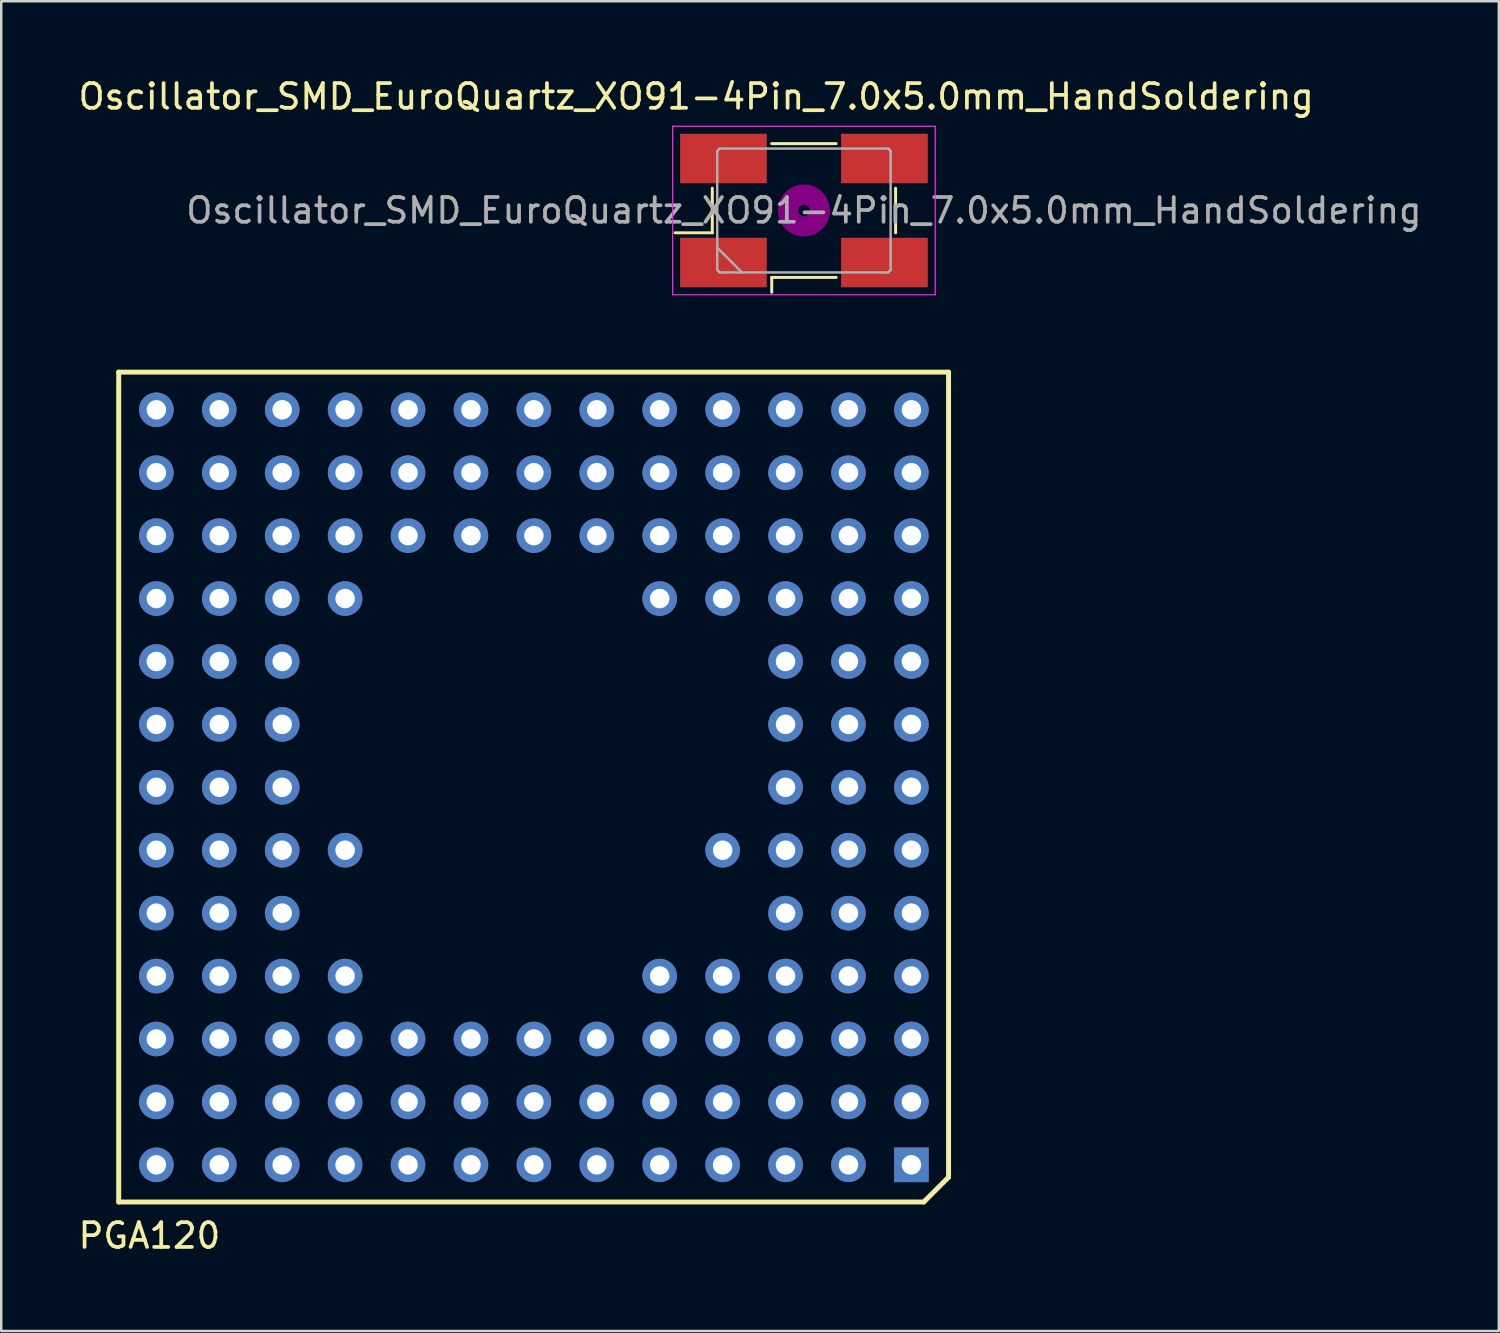
<source format=kicad_pcb>
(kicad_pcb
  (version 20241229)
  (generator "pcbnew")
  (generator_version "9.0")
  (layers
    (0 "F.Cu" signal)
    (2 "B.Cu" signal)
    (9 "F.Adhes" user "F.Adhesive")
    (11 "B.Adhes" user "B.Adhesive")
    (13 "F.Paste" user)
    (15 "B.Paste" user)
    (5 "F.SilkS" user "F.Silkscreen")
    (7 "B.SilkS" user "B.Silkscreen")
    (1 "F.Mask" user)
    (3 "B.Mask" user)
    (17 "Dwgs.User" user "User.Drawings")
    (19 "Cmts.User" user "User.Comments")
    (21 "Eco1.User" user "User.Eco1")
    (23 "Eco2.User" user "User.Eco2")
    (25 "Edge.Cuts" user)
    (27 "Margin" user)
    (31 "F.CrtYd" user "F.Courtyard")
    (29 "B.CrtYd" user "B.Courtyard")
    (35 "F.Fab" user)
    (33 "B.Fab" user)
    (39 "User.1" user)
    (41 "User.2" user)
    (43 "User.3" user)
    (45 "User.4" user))
  (footprint "PGA120"
    (layer "F.Cu")
    (at 18.242 28.223)
    (property "Reference" "PGA120" (at -15.26 18.61 0) (layer "F.SilkS") (effects (font (size 1 1) (thickness 0.15))))
    (attr through_hole)
    (fp_line (start -16.5 -16.25) (end -16.5 17.25) (stroke (width 0.2) (type solid)) (layer "F.SilkS"))
    (fp_line (start -16.5 17.25) (end 16 17.25) (stroke (width 0.2) (type solid)) (layer "F.SilkS"))
    (fp_line (start 16 17.25) (end 17 16.25) (stroke (width 0.2) (type solid)) (layer "F.SilkS"))
    (fp_line (start 17 -16.25) (end -16.5 -16.25) (stroke (width 0.2) (type solid)) (layer "F.SilkS"))
    (fp_line (start 17 16.25) (end 17 -16.25) (stroke (width 0.2) (type solid)) (layer "F.SilkS"))
    (pad "A1" thru_hole rect (at 15.5 15.75 180) (size 1.397 1.397) (drill 0.787) (layers "*.Cu" "*.Mask"))
    (pad "A2" thru_hole circle (at 12.96 15.75 180) (size 1.397 1.397) (drill 0.787) (layers "*.Cu" "*.Mask"))
    (pad "A3" thru_hole circle (at 10.42 15.75 180) (size 1.397 1.397) (drill 0.787) (layers "*.Cu" "*.Mask"))
    (pad "A4" thru_hole circle (at 7.88 15.75 180) (size 1.397 1.397) (drill 0.787) (layers "*.Cu" "*.Mask"))
    (pad "A5" thru_hole circle (at 5.34 15.75 180) (size 1.397 1.397) (drill 0.787) (layers "*.Cu" "*.Mask"))
    (pad "A6" thru_hole circle (at 2.8 15.75 180) (size 1.397 1.397) (drill 0.787) (layers "*.Cu" "*.Mask"))
    (pad "A7" thru_hole circle (at 0.26 15.75 180) (size 1.397 1.397) (drill 0.787) (layers "*.Cu" "*.Mask"))
    (pad "A8" thru_hole circle (at -2.28 15.75 180) (size 1.397 1.397) (drill 0.787) (layers "*.Cu" "*.Mask"))
    (pad "A9" thru_hole circle (at -4.82 15.75 180) (size 1.397 1.397) (drill 0.787) (layers "*.Cu" "*.Mask"))
    (pad "A10" thru_hole circle (at -7.36 15.75 180) (size 1.397 1.397) (drill 0.787) (layers "*.Cu" "*.Mask"))
    (pad "A11" thru_hole circle (at -9.9 15.75 180) (size 1.397 1.397) (drill 0.787) (layers "*.Cu" "*.Mask"))
    (pad "A12" thru_hole circle (at -12.44 15.75 180) (size 1.397 1.397) (drill 0.787) (layers "*.Cu" "*.Mask"))
    (pad "A13" thru_hole circle (at -14.98 15.75 180) (size 1.397 1.397) (drill 0.787) (layers "*.Cu" "*.Mask"))
    (pad "B1" thru_hole circle (at 15.5 13.21 180) (size 1.397 1.397) (drill 0.787) (layers "*.Cu" "*.Mask"))
    (pad "B2" thru_hole circle (at 12.96 13.21 180) (size 1.397 1.397) (drill 0.787) (layers "*.Cu" "*.Mask"))
    (pad "B3" thru_hole circle (at 10.42 13.21 180) (size 1.397 1.397) (drill 0.787) (layers "*.Cu" "*.Mask"))
    (pad "B4" thru_hole circle (at 7.88 13.21 180) (size 1.397 1.397) (drill 0.787) (layers "*.Cu" "*.Mask"))
    (pad "B5" thru_hole circle (at 5.34 13.21 180) (size 1.397 1.397) (drill 0.787) (layers "*.Cu" "*.Mask"))
    (pad "B6" thru_hole circle (at 2.8 13.21 180) (size 1.397 1.397) (drill 0.787) (layers "*.Cu" "*.Mask"))
    (pad "B7" thru_hole circle (at 0.26 13.21 180) (size 1.397 1.397) (drill 0.787) (layers "*.Cu" "*.Mask"))
    (pad "B8" thru_hole circle (at -2.28 13.21 180) (size 1.397 1.397) (drill 0.787) (layers "*.Cu" "*.Mask"))
    (pad "B9" thru_hole circle (at -4.82 13.21 180) (size 1.397 1.397) (drill 0.787) (layers "*.Cu" "*.Mask"))
    (pad "B10" thru_hole circle (at -7.36 13.21 180) (size 1.397 1.397) (drill 0.787) (layers "*.Cu" "*.Mask"))
    (pad "B11" thru_hole circle (at -9.9 13.21 180) (size 1.397 1.397) (drill 0.787) (layers "*.Cu" "*.Mask"))
    (pad "B12" thru_hole circle (at -12.44 13.21 180) (size 1.397 1.397) (drill 0.787) (layers "*.Cu" "*.Mask"))
    (pad "B13" thru_hole circle (at -14.98 13.21 180) (size 1.397 1.397) (drill 0.787) (layers "*.Cu" "*.Mask"))
    (pad "C1" thru_hole circle (at 15.5 10.67 180) (size 1.397 1.397) (drill 0.787) (layers "*.Cu" "*.Mask"))
    (pad "C2" thru_hole circle (at 12.96 10.67 180) (size 1.397 1.397) (drill 0.787) (layers "*.Cu" "*.Mask"))
    (pad "C3" thru_hole circle (at 10.42 10.67 180) (size 1.397 1.397) (drill 0.787) (layers "*.Cu" "*.Mask"))
    (pad "C4" thru_hole circle (at 7.88 10.67 180) (size 1.397 1.397) (drill 0.787) (layers "*.Cu" "*.Mask"))
    (pad "C5" thru_hole circle (at 5.34 10.67 180) (size 1.397 1.397) (drill 0.787) (layers "*.Cu" "*.Mask"))
    (pad "C6" thru_hole circle (at 2.8 10.67 180) (size 1.397 1.397) (drill 0.787) (layers "*.Cu" "*.Mask"))
    (pad "C7" thru_hole circle (at 0.26 10.67 180) (size 1.397 1.397) (drill 0.787) (layers "*.Cu" "*.Mask"))
    (pad "C8" thru_hole circle (at -2.28 10.67 180) (size 1.397 1.397) (drill 0.787) (layers "*.Cu" "*.Mask"))
    (pad "C9" thru_hole circle (at -4.82 10.67 180) (size 1.397 1.397) (drill 0.787) (layers "*.Cu" "*.Mask"))
    (pad "C10" thru_hole circle (at -7.36 10.67 180) (size 1.397 1.397) (drill 0.787) (layers "*.Cu" "*.Mask"))
    (pad "C11" thru_hole circle (at -9.9 10.67 180) (size 1.397 1.397) (drill 0.787) (layers "*.Cu" "*.Mask"))
    (pad "C12" thru_hole circle (at -12.44 10.67 180) (size 1.397 1.397) (drill 0.787) (layers "*.Cu" "*.Mask"))
    (pad "C13" thru_hole circle (at -14.98 10.67 180) (size 1.397 1.397) (drill 0.787) (layers "*.Cu" "*.Mask"))
    (pad "D1" thru_hole circle (at 15.5 8.13 180) (size 1.397 1.397) (drill 0.787) (layers "*.Cu" "*.Mask"))
    (pad "D2" thru_hole circle (at 12.96 8.13 180) (size 1.397 1.397) (drill 0.787) (layers "*.Cu" "*.Mask"))
    (pad "D3" thru_hole circle (at 10.42 8.13 180) (size 1.397 1.397) (drill 0.787) (layers "*.Cu" "*.Mask"))
    (pad "D4" thru_hole circle (at 7.88 8.13 180) (size 1.397 1.397) (drill 0.787) (layers "*.Cu" "*.Mask"))
    (pad "D5" thru_hole circle (at 5.34 8.13 180) (size 1.397 1.397) (drill 0.787) (layers "*.Cu" "*.Mask"))
    (pad "D10" thru_hole circle (at -7.36 8.13 180) (size 1.397 1.397) (drill 0.787) (layers "*.Cu" "*.Mask"))
    (pad "D11" thru_hole circle (at -9.9 8.13 180) (size 1.397 1.397) (drill 0.787) (layers "*.Cu" "*.Mask"))
    (pad "D12" thru_hole circle (at -12.44 8.13 180) (size 1.397 1.397) (drill 0.787) (layers "*.Cu" "*.Mask"))
    (pad "D13" thru_hole circle (at -14.98 8.13 180) (size 1.397 1.397) (drill 0.787) (layers "*.Cu" "*.Mask"))
    (pad "E1" thru_hole circle (at 15.5 5.59 180) (size 1.397 1.397) (drill 0.787) (layers "*.Cu" "*.Mask"))
    (pad "E2" thru_hole circle (at 12.96 5.59 180) (size 1.397 1.397) (drill 0.787) (layers "*.Cu" "*.Mask"))
    (pad "E3" thru_hole circle (at 10.42 5.59 180) (size 1.397 1.397) (drill 0.787) (layers "*.Cu" "*.Mask"))
    (pad "E11" thru_hole circle (at -9.9 5.59 180) (size 1.397 1.397) (drill 0.787) (layers "*.Cu" "*.Mask"))
    (pad "E12" thru_hole circle (at -12.44 5.59 180) (size 1.397 1.397) (drill 0.787) (layers "*.Cu" "*.Mask"))
    (pad "E13" thru_hole circle (at -14.98 5.59 180) (size 1.397 1.397) (drill 0.787) (layers "*.Cu" "*.Mask"))
    (pad "F1" thru_hole circle (at 15.5 3.05 180) (size 1.397 1.397) (drill 0.787) (layers "*.Cu" "*.Mask"))
    (pad "F2" thru_hole circle (at 12.96 3.05 180) (size 1.397 1.397) (drill 0.787) (layers "*.Cu" "*.Mask"))
    (pad "F3" thru_hole circle (at 10.42 3.05 180) (size 1.397 1.397) (drill 0.787) (layers "*.Cu" "*.Mask"))
    (pad "F4" thru_hole circle (at 7.88 3.05 180) (size 1.397 1.397) (drill 0.787) (layers "*.Cu" "*.Mask"))
    (pad "F10" thru_hole circle (at -7.36 3.05 180) (size 1.397 1.397) (drill 0.787) (layers "*.Cu" "*.Mask"))
    (pad "F11" thru_hole circle (at -9.9 3.05 180) (size 1.397 1.397) (drill 0.787) (layers "*.Cu" "*.Mask"))
    (pad "F12" thru_hole circle (at -12.44 3.05 180) (size 1.397 1.397) (drill 0.787) (layers "*.Cu" "*.Mask"))
    (pad "F13" thru_hole circle (at -14.98 3.05 180) (size 1.397 1.397) (drill 0.787) (layers "*.Cu" "*.Mask"))
    (pad "G1" thru_hole circle (at 15.5 0.51 180) (size 1.397 1.397) (drill 0.787) (layers "*.Cu" "*.Mask"))
    (pad "G2" thru_hole circle (at 12.96 0.51 180) (size 1.397 1.397) (drill 0.787) (layers "*.Cu" "*.Mask"))
    (pad "G3" thru_hole circle (at 10.42 0.51 180) (size 1.397 1.397) (drill 0.787) (layers "*.Cu" "*.Mask"))
    (pad "G11" thru_hole circle (at -9.9 0.51 180) (size 1.397 1.397) (drill 0.787) (layers "*.Cu" "*.Mask"))
    (pad "G12" thru_hole circle (at -12.44 0.51 180) (size 1.397 1.397) (drill 0.787) (layers "*.Cu" "*.Mask"))
    (pad "G13" thru_hole circle (at -14.98 0.51 180) (size 1.397 1.397) (drill 0.787) (layers "*.Cu" "*.Mask"))
    (pad "H1" thru_hole circle (at 15.5 -2.03 180) (size 1.397 1.397) (drill 0.787) (layers "*.Cu" "*.Mask"))
    (pad "H2" thru_hole circle (at 12.96 -2.03 180) (size 1.397 1.397) (drill 0.787) (layers "*.Cu" "*.Mask"))
    (pad "H3" thru_hole circle (at 10.42 -2.03 180) (size 1.397 1.397) (drill 0.787) (layers "*.Cu" "*.Mask"))
    (pad "H11" thru_hole circle (at -9.9 -2.03 180) (size 1.397 1.397) (drill 0.787) (layers "*.Cu" "*.Mask"))
    (pad "H12" thru_hole circle (at -12.44 -2.03 180) (size 1.397 1.397) (drill 0.787) (layers "*.Cu" "*.Mask"))
    (pad "H13" thru_hole circle (at -14.98 -2.03 180) (size 1.397 1.397) (drill 0.787) (layers "*.Cu" "*.Mask"))
    (pad "J1" thru_hole circle (at 15.5 -4.57 180) (size 1.397 1.397) (drill 0.787) (layers "*.Cu" "*.Mask"))
    (pad "J2" thru_hole circle (at 12.96 -4.57 180) (size 1.397 1.397) (drill 0.787) (layers "*.Cu" "*.Mask"))
    (pad "J3" thru_hole circle (at 10.42 -4.57 180) (size 1.397 1.397) (drill 0.787) (layers "*.Cu" "*.Mask"))
    (pad "J11" thru_hole circle (at -9.9 -4.57 180) (size 1.397 1.397) (drill 0.787) (layers "*.Cu" "*.Mask"))
    (pad "J12" thru_hole circle (at -12.44 -4.57 180) (size 1.397 1.397) (drill 0.787) (layers "*.Cu" "*.Mask"))
    (pad "J13" thru_hole circle (at -14.98 -4.57 180) (size 1.397 1.397) (drill 0.787) (layers "*.Cu" "*.Mask"))
    (pad "K1" thru_hole circle (at 15.5 -7.11 180) (size 1.397 1.397) (drill 0.787) (layers "*.Cu" "*.Mask"))
    (pad "K2" thru_hole circle (at 12.96 -7.11 180) (size 1.397 1.397) (drill 0.787) (layers "*.Cu" "*.Mask"))
    (pad "K3" thru_hole circle (at 10.42 -7.11 180) (size 1.397 1.397) (drill 0.787) (layers "*.Cu" "*.Mask"))
    (pad "K4" thru_hole circle (at 7.88 -7.11 180) (size 1.397 1.397) (drill 0.787) (layers "*.Cu" "*.Mask"))
    (pad "K5" thru_hole circle (at 5.34 -7.11 180) (size 1.397 1.397) (drill 0.787) (layers "*.Cu" "*.Mask"))
    (pad "K10" thru_hole circle (at -7.36 -7.11 180) (size 1.397 1.397) (drill 0.787) (layers "*.Cu" "*.Mask"))
    (pad "K11" thru_hole circle (at -9.9 -7.11 180) (size 1.397 1.397) (drill 0.787) (layers "*.Cu" "*.Mask"))
    (pad "K12" thru_hole circle (at -12.44 -7.11 180) (size 1.397 1.397) (drill 0.787) (layers "*.Cu" "*.Mask"))
    (pad "K13" thru_hole circle (at -14.98 -7.11 180) (size 1.397 1.397) (drill 0.787) (layers "*.Cu" "*.Mask"))
    (pad "L1" thru_hole circle (at 15.5 -9.65 180) (size 1.397 1.397) (drill 0.787) (layers "*.Cu" "*.Mask"))
    (pad "L2" thru_hole circle (at 12.96 -9.65 180) (size 1.397 1.397) (drill 0.787) (layers "*.Cu" "*.Mask"))
    (pad "L3" thru_hole circle (at 10.42 -9.65 180) (size 1.397 1.397) (drill 0.787) (layers "*.Cu" "*.Mask"))
    (pad "L4" thru_hole circle (at 7.88 -9.65 180) (size 1.397 1.397) (drill 0.787) (layers "*.Cu" "*.Mask"))
    (pad "L5" thru_hole circle (at 5.34 -9.65 180) (size 1.397 1.397) (drill 0.787) (layers "*.Cu" "*.Mask"))
    (pad "L6" thru_hole circle (at 2.8 -9.65 180) (size 1.397 1.397) (drill 0.787) (layers "*.Cu" "*.Mask"))
    (pad "L7" thru_hole circle (at 0.26 -9.65 180) (size 1.397 1.397) (drill 0.787) (layers "*.Cu" "*.Mask"))
    (pad "L8" thru_hole circle (at -2.28 -9.65 180) (size 1.397 1.397) (drill 0.787) (layers "*.Cu" "*.Mask"))
    (pad "L9" thru_hole circle (at -4.82 -9.65 180) (size 1.397 1.397) (drill 0.787) (layers "*.Cu" "*.Mask"))
    (pad "L10" thru_hole circle (at -7.36 -9.65 180) (size 1.397 1.397) (drill 0.787) (layers "*.Cu" "*.Mask"))
    (pad "L11" thru_hole circle (at -9.9 -9.65 180) (size 1.397 1.397) (drill 0.787) (layers "*.Cu" "*.Mask"))
    (pad "L12" thru_hole circle (at -12.44 -9.65 180) (size 1.397 1.397) (drill 0.787) (layers "*.Cu" "*.Mask"))
    (pad "L13" thru_hole circle (at -14.98 -9.65 180) (size 1.397 1.397) (drill 0.787) (layers "*.Cu" "*.Mask"))
    (pad "M1" thru_hole circle (at 15.5 -12.19 180) (size 1.397 1.397) (drill 0.787) (layers "*.Cu" "*.Mask"))
    (pad "M2" thru_hole circle (at 12.96 -12.19 180) (size 1.397 1.397) (drill 0.787) (layers "*.Cu" "*.Mask"))
    (pad "M3" thru_hole circle (at 10.42 -12.19 180) (size 1.397 1.397) (drill 0.787) (layers "*.Cu" "*.Mask"))
    (pad "M4" thru_hole circle (at 7.88 -12.19 180) (size 1.397 1.397) (drill 0.787) (layers "*.Cu" "*.Mask"))
    (pad "M5" thru_hole circle (at 5.34 -12.19 180) (size 1.397 1.397) (drill 0.787) (layers "*.Cu" "*.Mask"))
    (pad "M6" thru_hole circle (at 2.8 -12.19 180) (size 1.397 1.397) (drill 0.787) (layers "*.Cu" "*.Mask"))
    (pad "M7" thru_hole circle (at 0.26 -12.19 180) (size 1.397 1.397) (drill 0.787) (layers "*.Cu" "*.Mask"))
    (pad "M8" thru_hole circle (at -2.28 -12.19 180) (size 1.397 1.397) (drill 0.787) (layers "*.Cu" "*.Mask"))
    (pad "M9" thru_hole circle (at -4.82 -12.19 180) (size 1.397 1.397) (drill 0.787) (layers "*.Cu" "*.Mask"))
    (pad "M10" thru_hole circle (at -7.36 -12.19 180) (size 1.397 1.397) (drill 0.787) (layers "*.Cu" "*.Mask"))
    (pad "M11" thru_hole circle (at -9.9 -12.19 180) (size 1.397 1.397) (drill 0.787) (layers "*.Cu" "*.Mask"))
    (pad "M12" thru_hole circle (at -12.44 -12.19 180) (size 1.397 1.397) (drill 0.787) (layers "*.Cu" "*.Mask"))
    (pad "M13" thru_hole circle (at -14.98 -12.19 180) (size 1.397 1.397) (drill 0.787) (layers "*.Cu" "*.Mask"))
    (pad "N1" thru_hole circle (at 15.5 -14.73 180) (size 1.397 1.397) (drill 0.787) (layers "*.Cu" "*.Mask"))
    (pad "N2" thru_hole circle (at 12.96 -14.73 180) (size 1.397 1.397) (drill 0.787) (layers "*.Cu" "*.Mask"))
    (pad "N3" thru_hole circle (at 10.42 -14.73 180) (size 1.397 1.397) (drill 0.787) (layers "*.Cu" "*.Mask"))
    (pad "N4" thru_hole circle (at 7.88 -14.73 180) (size 1.397 1.397) (drill 0.787) (layers "*.Cu" "*.Mask"))
    (pad "N5" thru_hole circle (at 5.34 -14.73 180) (size 1.397 1.397) (drill 0.787) (layers "*.Cu" "*.Mask"))
    (pad "N6" thru_hole circle (at 2.8 -14.73 180) (size 1.397 1.397) (drill 0.787) (layers "*.Cu" "*.Mask"))
    (pad "N7" thru_hole circle (at 0.26 -14.73 180) (size 1.397 1.397) (drill 0.787) (layers "*.Cu" "*.Mask"))
    (pad "N8" thru_hole circle (at -2.28 -14.73 180) (size 1.397 1.397) (drill 0.787) (layers "*.Cu" "*.Mask"))
    (pad "N9" thru_hole circle (at -4.82 -14.73 180) (size 1.397 1.397) (drill 0.787) (layers "*.Cu" "*.Mask"))
    (pad "N10" thru_hole circle (at -7.36 -14.73 180) (size 1.397 1.397) (drill 0.787) (layers "*.Cu" "*.Mask"))
    (pad "N11" thru_hole circle (at -9.9 -14.73 180) (size 1.397 1.397) (drill 0.787) (layers "*.Cu" "*.Mask"))
    (pad "N12" thru_hole circle (at -12.44 -14.73 180) (size 1.397 1.397) (drill 0.787) (layers "*.Cu" "*.Mask"))
    (pad "N13" thru_hole circle (at -14.98 -14.73 180) (size 1.397 1.397) (drill 0.787) (layers "*.Cu" "*.Mask")))
  (footprint "Oscillator_SMD_EuroQuartz_XO91-4Pin_7.0x5.0mm_HandSoldering"
    (layer "F.Cu")
    (at 29.404 5.448)
    (property "Reference" "Oscillator_SMD_EuroQuartz_XO91-4Pin_7.0x5.0mm_HandSoldering" (at -4.35 -4.6 0) (layer "F.SilkS") (effects (font (size 1 1) (thickness 0.15))))
    (attr smd)
    (fp_line (start -5.2 0.9) (end -3.7 0.9) (stroke (width 0.12) (type solid)) (layer "F.SilkS"))
    (fp_line (start -3.7 0.9) (end -3.7 -0.9) (stroke (width 0.12) (type solid)) (layer "F.SilkS"))
    (fp_line (start -1.3 -2.7) (end 1.3 -2.7) (stroke (width 0.12) (type solid)) (layer "F.SilkS"))
    (fp_line (start -1.3 2.7) (end -1.3 3.3) (stroke (width 0.12) (type solid)) (layer "F.SilkS"))
    (fp_line (start 1.3 2.7) (end -1.3 2.7) (stroke (width 0.12) (type solid)) (layer "F.SilkS"))
    (fp_line (start 3.7 -0.9) (end 3.7 0.9) (stroke (width 0.12) (type solid)) (layer "F.SilkS"))
    (fp_circle (center 0 0) (end 0.233 0) (stroke (width 0.467) (type solid)) (fill no) (layer "F.Adhes"))
    (fp_circle (center 0 0) (end 0.533 0) (stroke (width 0.333) (type solid)) (fill no) (layer "F.Adhes"))
    (fp_circle (center 0 0) (end 0.833 0) (stroke (width 0.333) (type solid)) (fill no) (layer "F.Adhes"))
    (fp_circle (center 0 0) (end 1 0) (stroke (width 0.1) (type solid)) (fill no) (layer "F.Adhes"))
    (fp_line (start -5.3 -3.4) (end -5.3 3.4) (stroke (width 0.05) (type solid)) (layer "F.CrtYd"))
    (fp_line (start -5.3 3.4) (end 5.3 3.4) (stroke (width 0.05) (type solid)) (layer "F.CrtYd"))
    (fp_line (start 5.3 -3.4) (end -5.3 -3.4) (stroke (width 0.05) (type solid)) (layer "F.CrtYd"))
    (fp_line (start 5.3 3.4) (end 5.3 -3.4) (stroke (width 0.05) (type solid)) (layer "F.CrtYd"))
    (fp_line (start -3.5 -2.4) (end -3.4 -2.5) (stroke (width 0.1) (type solid)) (layer "F.Fab"))
    (fp_line (start -3.5 1.5) (end -2.5 2.5) (stroke (width 0.1) (type solid)) (layer "F.Fab"))
    (fp_line (start -3.5 2.4) (end -3.5 -2.4) (stroke (width 0.1) (type solid)) (layer "F.Fab"))
    (fp_line (start -3.4 -2.5) (end 3.4 -2.5) (stroke (width 0.1) (type solid)) (layer "F.Fab"))
    (fp_line (start -3.4 2.5) (end -3.5 2.4) (stroke (width 0.1) (type solid)) (layer "F.Fab"))
    (fp_line (start 3.4 -2.5) (end 3.5 -2.4) (stroke (width 0.1) (type solid)) (layer "F.Fab"))
    (fp_line (start 3.4 2.5) (end -3.4 2.5) (stroke (width 0.1) (type solid)) (layer "F.Fab"))
    (fp_line (start 3.5 -2.4) (end 3.5 2.4) (stroke (width 0.1) (type solid)) (layer "F.Fab"))
    (fp_line (start 3.5 2.4) (end 3.4 2.5) (stroke (width 0.1) (type solid)) (layer "F.Fab"))
    (fp_text user "${REFERENCE}" (at 0 0 0) (layer "F.Fab") (effects (font (size 1 1) (thickness 0.15))))
    (pad "1" smd rect (at -3.25 2.1) (size 3.5 2) (layers "F.Cu" "F.Mask" "F.Paste"))
    (pad "2" smd rect (at 3.25 2.1) (size 3.5 2) (layers "F.Cu" "F.Mask" "F.Paste"))
    (pad "3" smd rect (at 3.25 -2.1) (size 3.5 2) (layers "F.Cu" "F.Mask" "F.Paste"))
    (pad "4" smd rect (at -3.25 -2.1) (size 3.5 2) (layers "F.Cu" "F.Mask" "F.Paste")))
  (gr_rect
    (start -3 -3)
    (end 57.457 50.681)
    (stroke (width 0.1) (type default))
    (fill no)
    (layer "Edge.Cuts")))
</source>
